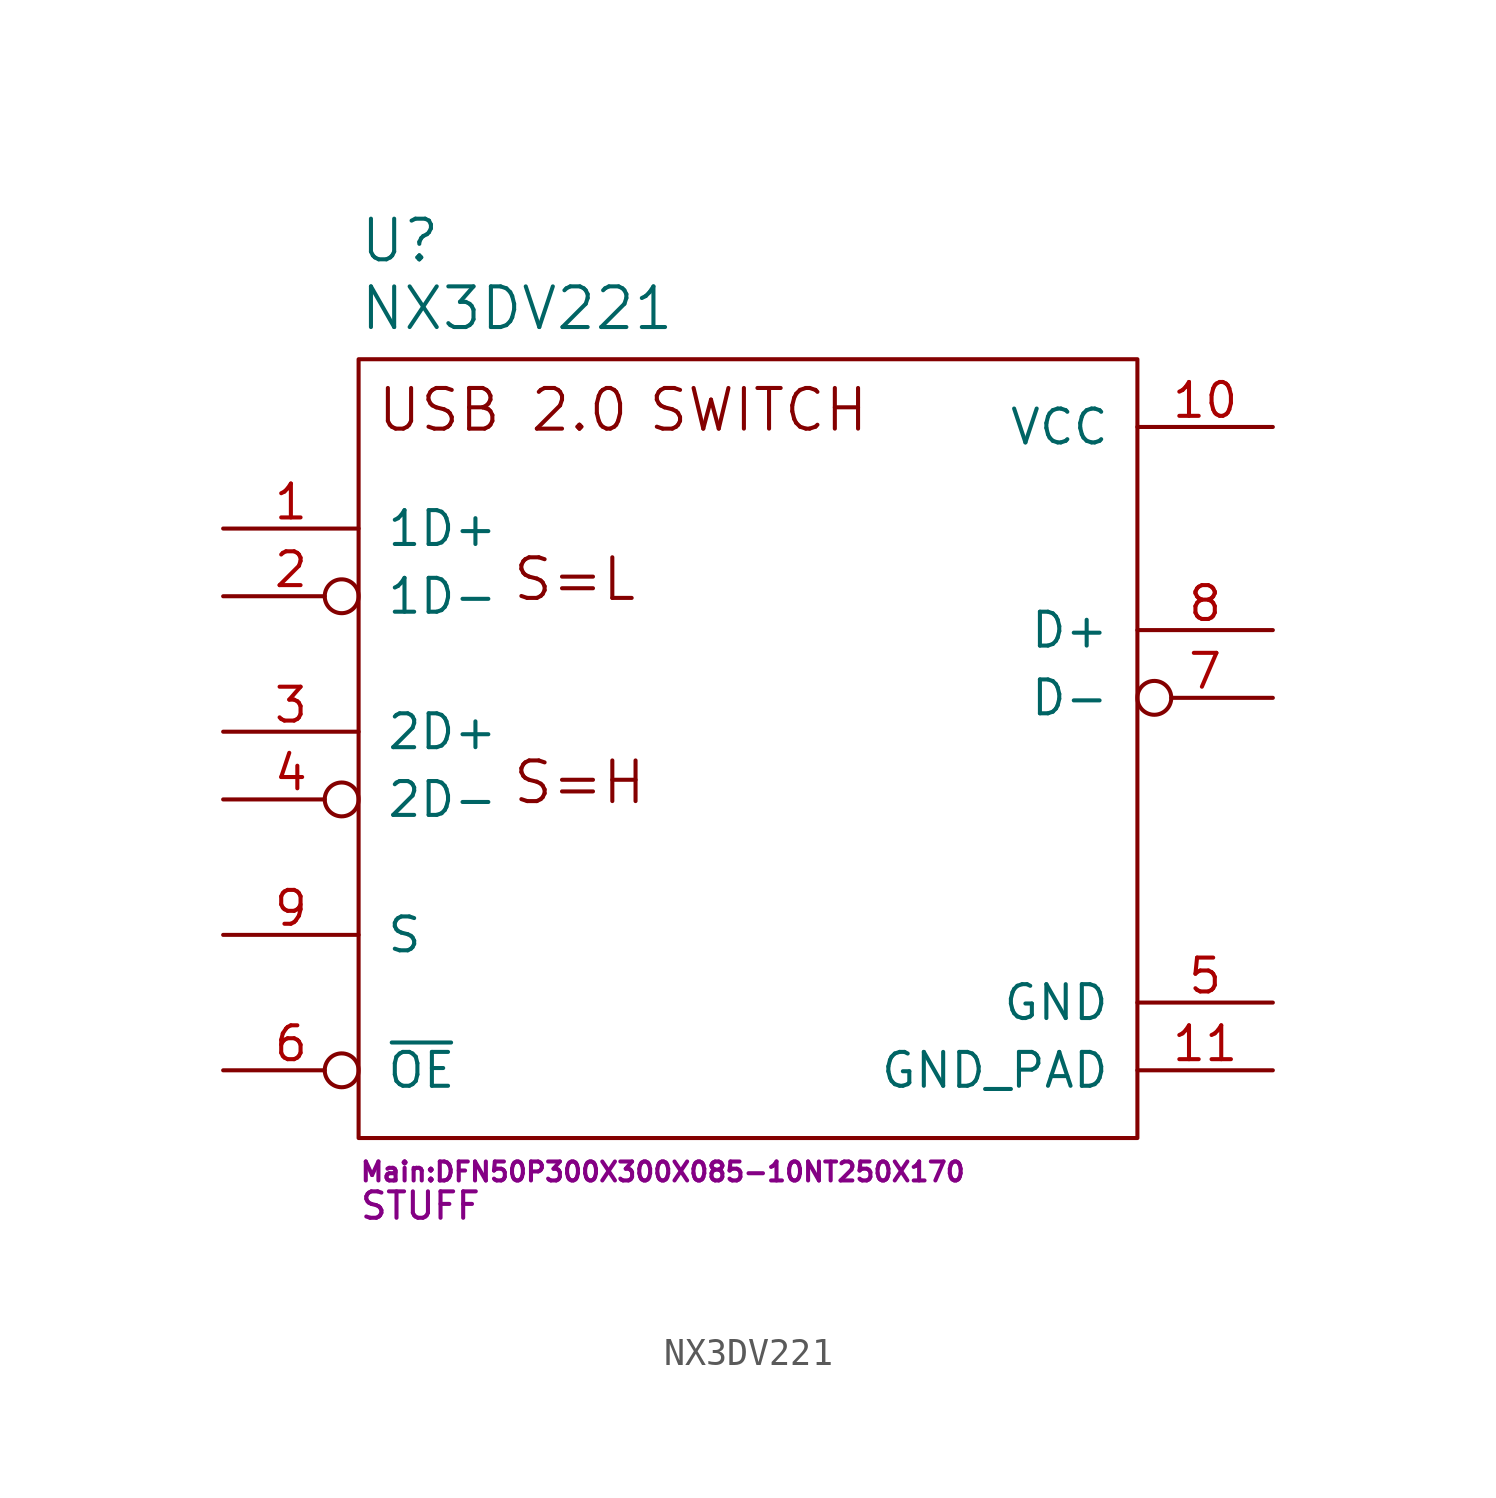
<source format=kicad_sym>
(kicad_symbol_lib
  (version 20231120)
  (generator "kicad_symbol_editor")
  (generator_version "8.0")
  (symbol "NX3DV221"
    (pin_names
      (offset 1.016))
    (property "Reference" "U"
      (at -15.24 19.685 0)
      (effects (font (size 1.524 1.524)) (justify left)))
    (property "Value" "NX3DV221"
      (at -15.24 17.145 0)
      (effects (font (size 1.524 1.524)) (justify left)))
    (property "Footprint" "Main:DFN50P300X300X085-10NT250X170"
      (at -15.24 -15.24 0)
      (effects (font (size 0.711 0.711)) (justify left)))
    (property "Datasheet" ""
      (at 0 -16.51 0)
      (effects (font (size 1.524 1.524))))
    (property "SKU" "STUFF"
      (at -15.24 -16.51 0)
      (effects (font (size 0.991 0.991)) (justify left)))
    (symbol "NX3DV221_0_0"
      (text "S=H" (at -9.525 -0.635 0) (effects (font (size 1.524 1.524)) (justify left)))
      (text "S=L" (at -9.525 6.985 0) (effects (font (size 1.524 1.524)) (justify left)))
      (text "SWITCH" (at -4.445 13.335 0) (effects (font (size 1.524 1.524)) (justify left)))
      (text "USB 2.0" (at -14.605 13.335 0) (effects (font (size 1.524 1.524)) (justify left))))
    (symbol "NX3DV221_0_1"
      (rectangle (start -15.24 15.24) (end 13.97 -13.97) (stroke (width 0) (type default)) (fill (type none))))
    (symbol "NX3DV221_1_1"
      (pin bidirectional line (at -20.32 8.89 0) (length 5.08) (name "1D+" (effects (font (size 1.27 1.27)))) (number "1" (effects (font (size 1.27 1.27)))))
      (pin power_in line (at 19.05 12.7 180) (length 5.08) (name "VCC" (effects (font (size 1.27 1.27)))) (number "10" (effects (font (size 1.27 1.27)))))
      (pin power_in line (at 19.05 -11.43 180) (length 5.08) (name "GND_PAD" (effects (font (size 1.27 1.27)))) (number "11" (effects (font (size 1.27 1.27)))))
      (pin bidirectional inverted (at -20.32 6.35 0) (length 5.08) (name "1D-" (effects (font (size 1.27 1.27)))) (number "2" (effects (font (size 1.27 1.27)))))
      (pin bidirectional line (at -20.32 1.27 0) (length 5.08) (name "2D+" (effects (font (size 1.27 1.27)))) (number "3" (effects (font (size 1.27 1.27)))))
      (pin bidirectional inverted (at -20.32 -1.27 0) (length 5.08) (name "2D-" (effects (font (size 1.27 1.27)))) (number "4" (effects (font (size 1.27 1.27)))))
      (pin power_in line (at 19.05 -8.89 180) (length 5.08) (name "GND" (effects (font (size 1.27 1.27)))) (number "5" (effects (font (size 1.27 1.27)))))
      (pin input inverted (at -20.32 -11.43 0) (length 5.08) (name "~{OE}" (effects (font (size 1.27 1.27)))) (number "6" (effects (font (size 1.27 1.27)))))
      (pin bidirectional inverted (at 19.05 2.54 180) (length 5.08) (name "D-" (effects (font (size 1.27 1.27)))) (number "7" (effects (font (size 1.27 1.27)))))
      (pin bidirectional line (at 19.05 5.08 180) (length 5.08) (name "D+" (effects (font (size 1.27 1.27)))) (number "8" (effects (font (size 1.27 1.27)))))
      (pin input line (at -20.32 -6.35 0) (length 5.08) (name "S" (effects (font (size 1.27 1.27)))) (number "9" (effects (font (size 1.27 1.27))))))))
</source>
